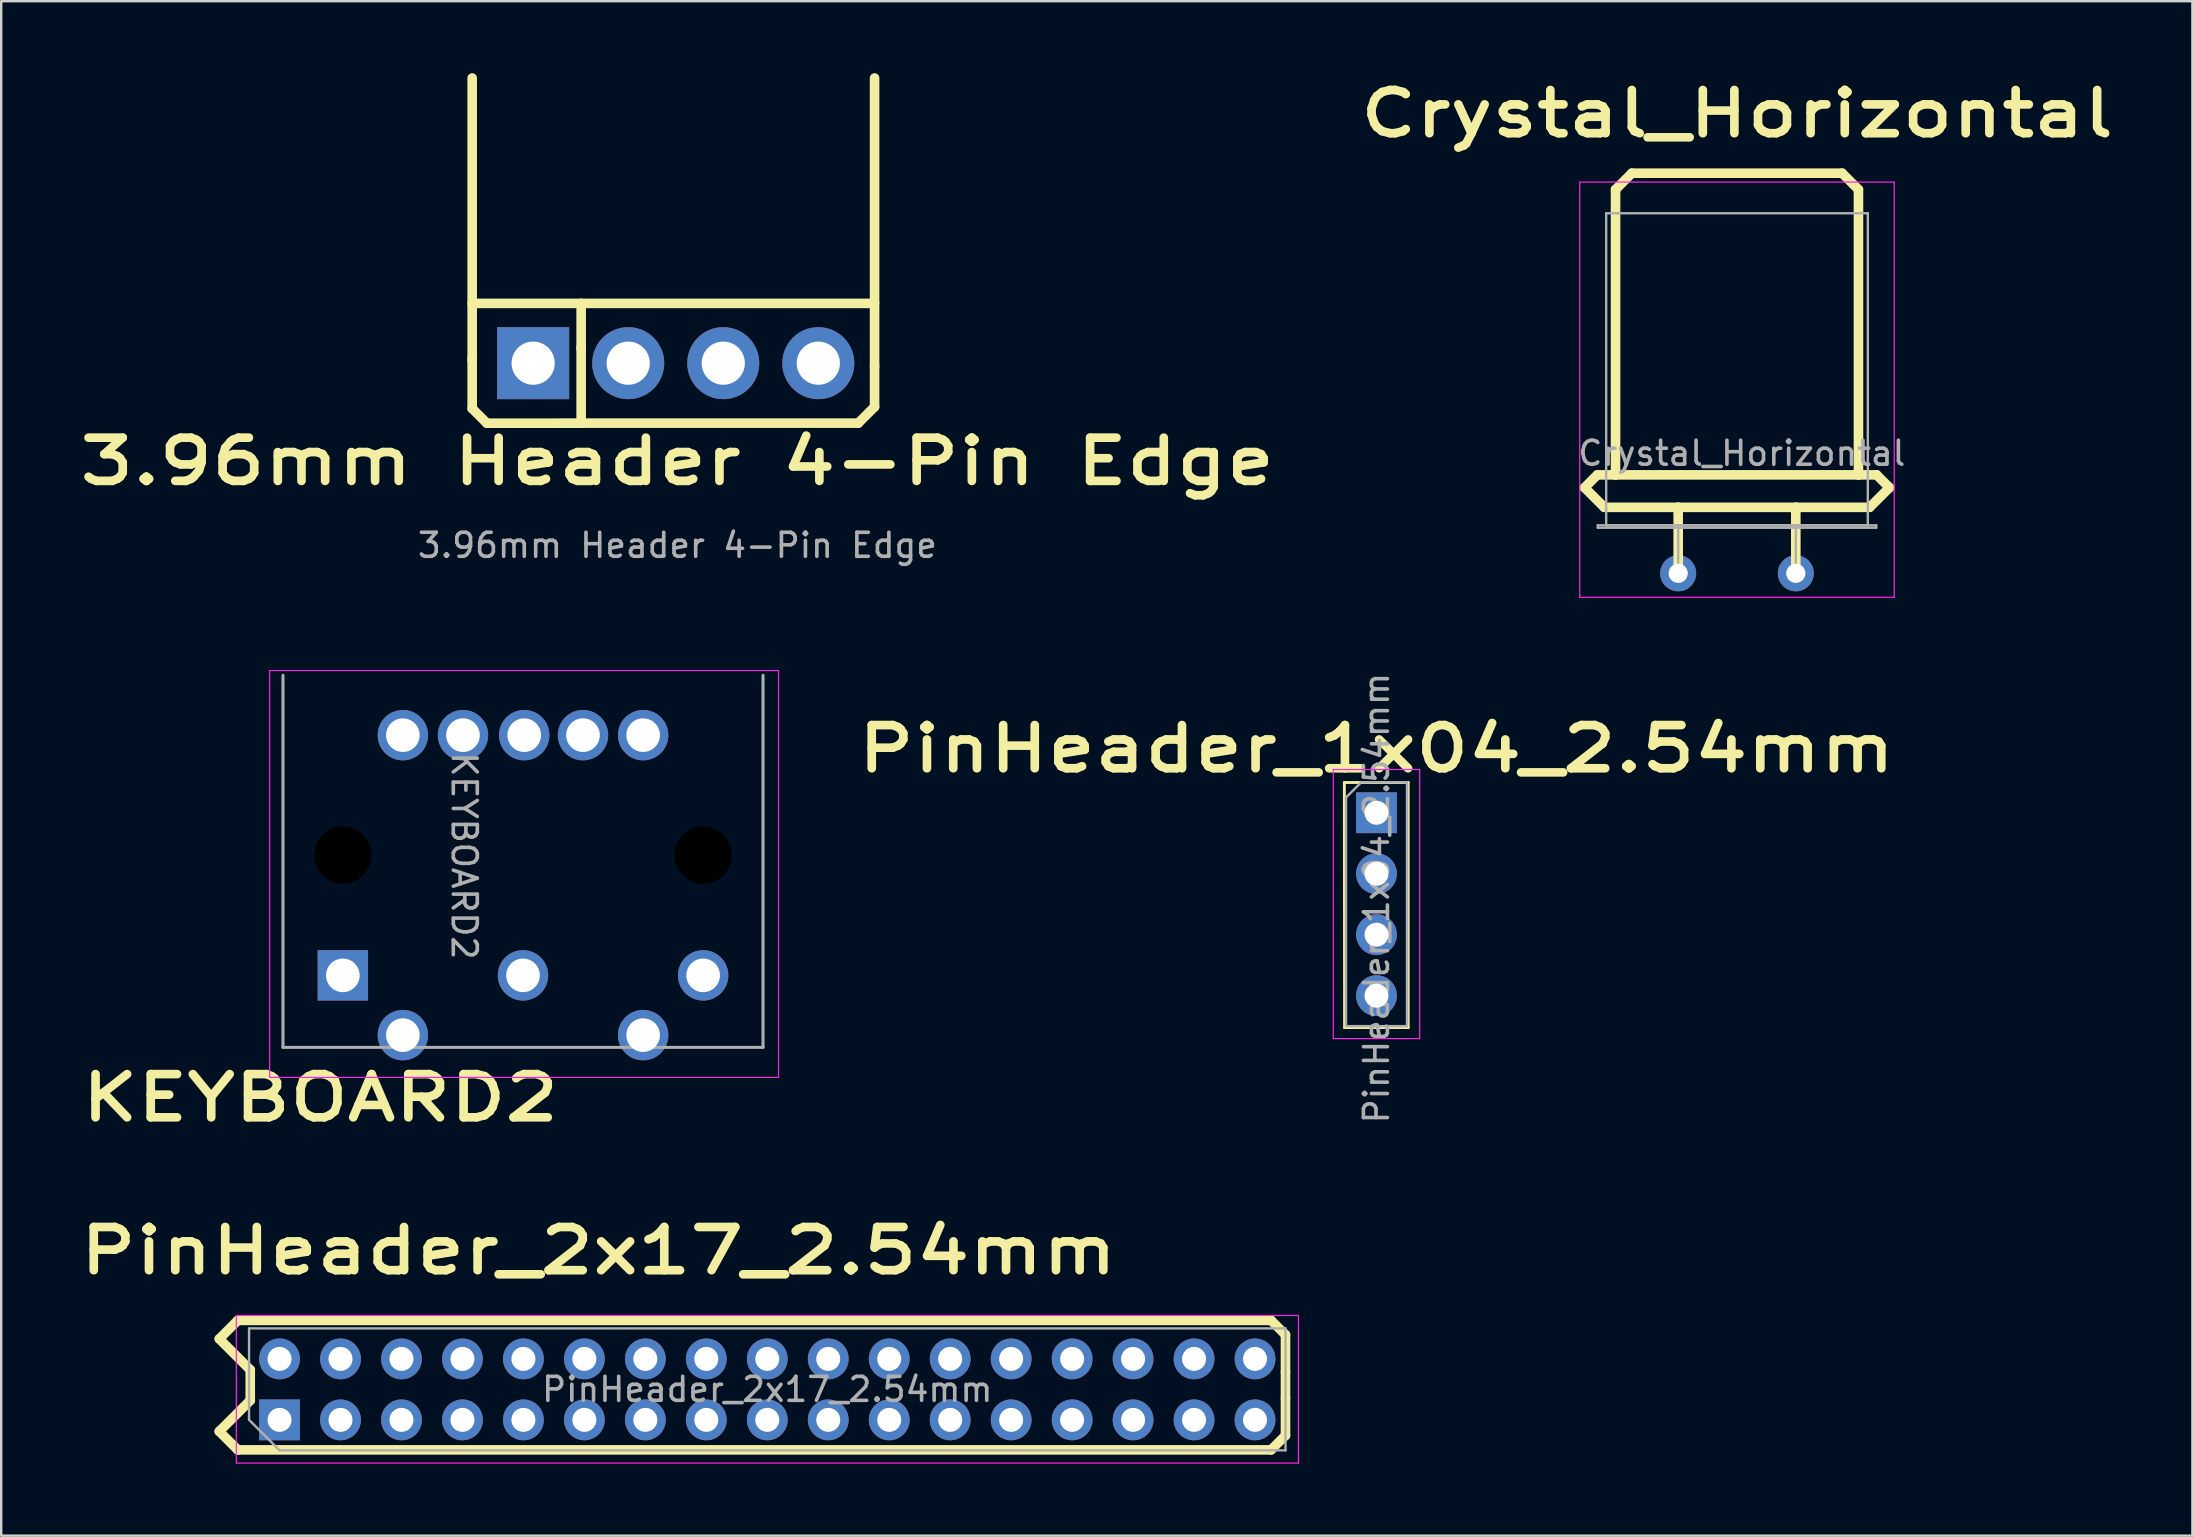
<source format=kicad_pcb>
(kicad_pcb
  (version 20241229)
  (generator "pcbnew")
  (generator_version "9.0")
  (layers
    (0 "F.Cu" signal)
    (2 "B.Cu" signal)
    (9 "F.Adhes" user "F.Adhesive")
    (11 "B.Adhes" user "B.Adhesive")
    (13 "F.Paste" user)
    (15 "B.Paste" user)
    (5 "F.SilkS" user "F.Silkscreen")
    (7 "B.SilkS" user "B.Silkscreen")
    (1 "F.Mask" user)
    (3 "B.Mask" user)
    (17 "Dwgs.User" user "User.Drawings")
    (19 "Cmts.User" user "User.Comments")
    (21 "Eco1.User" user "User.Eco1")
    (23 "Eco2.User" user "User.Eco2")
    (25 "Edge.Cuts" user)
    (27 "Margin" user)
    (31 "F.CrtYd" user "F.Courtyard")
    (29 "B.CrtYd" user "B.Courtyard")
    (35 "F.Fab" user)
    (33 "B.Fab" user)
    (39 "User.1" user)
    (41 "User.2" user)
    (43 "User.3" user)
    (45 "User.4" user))
  (footprint "Crystal_Horizontal"
    (layer "F.Cu")
    (at 66.866 20.795)
    (property "Reference" "Crystal_Horizontal" (at 2.45 -19.11 0) (layer "F.SilkS") (effects (font (size 1.8 2.3) (thickness 0.36) (bold yes))))
    (attr through_hole)
    (fp_line (start -3.9 -3.53) (end -3.37 -4.06) (stroke (width 0.4) (type default)) (layer "F.SilkS"))
    (fp_line (start -3.37 -4.06) (end -2.61 -4.06) (stroke (width 0.4) (type default)) (layer "F.SilkS"))
    (fp_line (start -3.08 -2.71) (end -3.9 -3.53) (stroke (width 0.4) (type default)) (layer "F.SilkS"))
    (fp_line (start -2.61 -15.95) (end -1.93 -16.63) (stroke (width 0.4) (type default)) (layer "F.SilkS"))
    (fp_line (start -2.61 -4.06) (end -2.61 -15.95) (stroke (width 0.4) (type default)) (layer "F.SilkS"))
    (fp_line (start -2.61 -4.06) (end 7.51 -4.06) (stroke (width 0.4) (type default)) (layer "F.SilkS"))
    (fp_line (start -1.93 -16.63) (end 6.83 -16.63) (stroke (width 0.4) (type default)) (layer "F.SilkS"))
    (fp_line (start 0 -2.71) (end -3.08 -2.71) (stroke (width 0.4) (type default)) (layer "F.SilkS"))
    (fp_line (start 0 -2.71) (end 4.9 -2.71) (stroke (width 0.4) (type default)) (layer "F.SilkS"))
    (fp_line (start 0 0.04) (end 0 -2.71) (stroke (width 0.4) (type default)) (layer "F.SilkS"))
    (fp_line (start 4.9 -2.71) (end 7.98 -2.71) (stroke (width 0.4) (type default)) (layer "F.SilkS"))
    (fp_line (start 4.9 0.04) (end 4.9 -2.71) (stroke (width 0.4) (type default)) (layer "F.SilkS"))
    (fp_line (start 7.51 -15.95) (end 6.83 -16.63) (stroke (width 0.4) (type default)) (layer "F.SilkS"))
    (fp_line (start 7.51 -4.06) (end 7.51 -15.95) (stroke (width 0.4) (type default)) (layer "F.SilkS"))
    (fp_line (start 7.98 -2.71) (end 8.8 -3.53) (stroke (width 0.4) (type default)) (layer "F.SilkS"))
    (fp_line (start 8.27 -4.06) (end 7.51 -4.06) (stroke (width 0.4) (type default)) (layer "F.SilkS"))
    (fp_line (start 8.8 -3.53) (end 8.27 -4.06) (stroke (width 0.4) (type default)) (layer "F.SilkS"))
    (fp_line (start -4.1 -16.26) (end -4.1 1.04) (stroke (width 0.05) (type solid)) (layer "F.CrtYd"))
    (fp_line (start -4.1 1.04) (end 9 1.04) (stroke (width 0.05) (type solid)) (layer "F.CrtYd"))
    (fp_line (start 9 -16.26) (end -4.1 -16.26) (stroke (width 0.05) (type solid)) (layer "F.CrtYd"))
    (fp_line (start 9 1.04) (end 9 -16.26) (stroke (width 0.05) (type solid)) (layer "F.CrtYd"))
    (fp_line (start -3.35 -1.96) (end 8.25 -1.96) (stroke (width 0.1) (type solid)) (layer "F.Fab"))
    (fp_line (start -3.35 -1.86) (end -3.35 -1.96) (stroke (width 0.1) (type solid)) (layer "F.Fab"))
    (fp_line (start -3 -14.96) (end -3 -1.96) (stroke (width 0.1) (type solid)) (layer "F.Fab"))
    (fp_line (start -3 -1.96) (end 7.9 -1.96) (stroke (width 0.1) (type solid)) (layer "F.Fab"))
    (fp_line (start 0 -1.96) (end 0 -0.96) (stroke (width 0.1) (type solid)) (layer "F.Fab"))
    (fp_line (start 0 -0.96) (end 0 0.04) (stroke (width 0.1) (type solid)) (layer "F.Fab"))
    (fp_line (start 4.9 -1.96) (end 4.9 -0.96) (stroke (width 0.1) (type solid)) (layer "F.Fab"))
    (fp_line (start 4.9 -0.96) (end 4.9 0.04) (stroke (width 0.1) (type solid)) (layer "F.Fab"))
    (fp_line (start 7.9 -14.96) (end -3 -14.96) (stroke (width 0.1) (type solid)) (layer "F.Fab"))
    (fp_line (start 7.9 -1.96) (end 7.9 -14.96) (stroke (width 0.1) (type solid)) (layer "F.Fab"))
    (fp_line (start 8.25 -1.96) (end 8.25 -1.86) (stroke (width 0.1) (type solid)) (layer "F.Fab"))
    (fp_line (start 8.25 -1.86) (end -3.35 -1.86) (stroke (width 0.1) (type solid)) (layer "F.Fab"))
    (fp_text user "${REFERENCE}" (at 2.65 -4.96 180) (layer "F.Fab") (effects (font (size 1 1) (thickness 0.15))))
    (pad "1" thru_hole circle (at 0 0.04 180) (size 1.5 1.5) (drill 0.8) (layers "*.Cu" "*.Mask"))
    (pad "2" thru_hole circle (at 4.9 0.04 270) (size 1.5 1.5) (drill 0.8) (layers "*.Cu" "*.Mask")))
  (footprint "PinHeader_1x04_2.54mm"
    (layer "F.Cu")
    (at 54.297 30.81)
    (property "Reference" "PinHeader_1x04_2.54mm" (at 0 -2.667 180) (layer "F.SilkS") (effects (font (size 1.8 2.3) (thickness 0.36) (bold yes))))
    (attr through_hole)
    (fp_line (start -1.34 -1.26) (end -1.33 8.95) (stroke (width 0.12) (type solid)) (layer "F.SilkS"))
    (fp_line (start -1.34 -1.26) (end 1.32 -1.26) (stroke (width 0.12) (type solid)) (layer "F.SilkS"))
    (fp_line (start -1.33 8.95) (end 1.32 8.95) (stroke (width 0.12) (type solid)) (layer "F.SilkS"))
    (fp_line (start 1.32 -1.26) (end 1.32 8.95) (stroke (width 0.12) (type solid)) (layer "F.SilkS"))
    (fp_line (start -1.8 -1.8) (end -1.8 9.41) (stroke (width 0.05) (type solid)) (layer "F.CrtYd"))
    (fp_line (start -1.8 9.41) (end 1.8 9.41) (stroke (width 0.05) (type solid)) (layer "F.CrtYd"))
    (fp_line (start 1.8 -1.8) (end -1.8 -1.8) (stroke (width 0.05) (type solid)) (layer "F.CrtYd"))
    (fp_line (start 1.8 9.41) (end 1.8 -1.8) (stroke (width 0.05) (type solid)) (layer "F.CrtYd"))
    (fp_line (start -1.27 -0.635) (end -0.635 -1.27) (stroke (width 0.1) (type solid)) (layer "F.Fab"))
    (fp_line (start -1.27 8.89) (end -1.27 -0.635) (stroke (width 0.1) (type solid)) (layer "F.Fab"))
    (fp_line (start -0.635 -1.27) (end 1.27 -1.27) (stroke (width 0.1) (type solid)) (layer "F.Fab"))
    (fp_line (start 1.27 -1.27) (end 1.27 8.89) (stroke (width 0.1) (type solid)) (layer "F.Fab"))
    (fp_line (start 1.27 8.89) (end -1.27 8.89) (stroke (width 0.1) (type solid)) (layer "F.Fab"))
    (fp_text user "${REFERENCE}" (at 0 3.556 270) (layer "F.Fab") (effects (font (size 1 1) (thickness 0.15))))
    (pad "1" thru_hole rect (at 0 0) (size 1.7 1.7) (drill 1) (layers "*.Cu" "*.Mask"))
    (pad "2" thru_hole oval (at 0 2.54) (size 1.7 1.7) (drill 1) (layers "*.Cu" "*.Mask"))
    (pad "3" thru_hole oval (at 0 5.08) (size 1.7 1.7) (drill 1) (layers "*.Cu" "*.Mask"))
    (pad "4" thru_hole oval (at 0 7.62) (size 1.7 1.7) (drill 1) (layers "*.Cu" "*.Mask")))
  (footprint "KEYBOARD2"
    (layer "F.Cu")
    (at 11.234 37.585)
    (property "Reference" "KEYBOARD2" (at 9.21 5.1 180) (layer "F.SilkS") (effects (font (size 1.8 2.3) (thickness 0.36) (bold yes)) (justify right)))
    (attr through_hole)
    (fp_circle (center 0 -5.01) (end 0 -4.285) (stroke (width 1.449) (type solid)) (fill no) (layer "F.Mask"))
    (fp_circle (center 15.01 -5.01) (end 15.01 -4.285) (stroke (width 1.449) (type solid)) (fill no) (layer "F.Mask"))
    (fp_circle (center 0 -5.01) (end 0 -4.285) (stroke (width 1.449) (type solid)) (fill no) (layer "B.Mask"))
    (fp_circle (center 15.01 -5.01) (end 15.01 -4.285) (stroke (width 1.449) (type solid)) (fill no) (layer "B.Mask"))
    (fp_rect (start -3.048 -12.7) (end 18.152 4.25) (stroke (width 0.05) (type default)) (fill no) (layer "F.CrtYd"))
    (fp_line (start -2.495 3) (end -2.495 -12.5) (stroke (width 0.127) (type solid)) (layer "F.Fab"))
    (fp_line (start 17.505 -12.5) (end 17.505 3) (stroke (width 0.127) (type solid)) (layer "F.Fab"))
    (fp_line (start 17.505 3) (end -2.495 3) (stroke (width 0.127) (type solid)) (layer "F.Fab"))
    (fp_text user "${REFERENCE}" (at 5.056 -4.978 270) (unlocked yes) (layer "F.Fab") (effects (font (size 1 1) (thickness 0.15))))
    (pad "" np_thru_hole circle (at 0 -5.01 270) (size 2.39 2.39) (drill 2.39) (layers "*.Mask"))
    (pad "" np_thru_hole circle (at 15.01 -5.01 270) (size 2.39 2.39) (drill 2.39) (layers "*.Mask"))
    (pad "1" thru_hole rect (at 0 0 270) (size 2.1 2.1) (drill 1.4) (layers "*.Cu" "*.Mask"))
    (pad "2" thru_hole circle (at 7.505 0 270) (size 2.1 2.1) (drill 1.4) (layers "*.Cu" "*.Mask"))
    (pad "3" thru_hole circle (at 15.01 0 270) (size 2.1 2.1) (drill 1.4) (layers "*.Cu" "*.Mask"))
    (pad "4" thru_hole circle (at 2.5 2.49 270) (size 2.1 2.1) (drill 1.4) (layers "*.Cu" "*.Mask"))
    (pad "5" thru_hole circle (at 12.51 2.49 270) (size 2.1 2.1) (drill 1.4) (layers "*.Cu" "*.Mask"))
    (pad "6" thru_hole circle (at 2.5 -10.007 270) (size 2.1 2.1) (drill 1.4) (layers "*.Cu" "*.Mask"))
    (pad "7" thru_hole circle (at 5.005 -10.007 270) (size 2.1 2.1) (drill 1.4) (layers "*.Cu" "*.Mask"))
    (pad "8" thru_hole circle (at 7.556 -10.007 270) (size 2.1 2.1) (drill 1.4) (layers "*.Cu" "*.Mask"))
    (pad "9" thru_hole circle (at 10.005 -10.007 270) (size 2.1 2.1) (drill 1.4) (layers "*.Cu" "*.Mask"))
    (pad "9" thru_hole circle (at 12.51 -10.007 270) (size 2.1 2.1) (drill 1.4) (layers "*.Cu" "*.Mask")))
  (footprint "PinHeader_2x17_2.54mm"
    (layer "F.Cu")
    (at 8.506 56.114)
    (property "Reference" "PinHeader_2x17_2.54mm" (at 13.38 -7.06 0) (layer "F.SilkS") (effects (font (size 1.8 2.3) (thickness 0.36) (bold yes))))
    (attr through_hole)
    (fp_line (start -2.42 -3.385) (end -1.13 -2.095) (stroke (width 0.4) (type default)) (layer "F.SilkS"))
    (fp_line (start -2.42 0.47) (end -1.13 -0.82) (stroke (width 0.4) (type default)) (layer "F.SilkS"))
    (fp_line (start -1.65 -4.155) (end -2.42 -3.385) (stroke (width 0.4) (type default)) (layer "F.SilkS"))
    (fp_line (start -1.65 1.24) (end -2.42 0.47) (stroke (width 0.4) (type default)) (layer "F.SilkS"))
    (fp_line (start -1.13 -0.82) (end -1.13 -2.095) (stroke (width 0.4) (type default)) (layer "F.SilkS"))
    (fp_line (start 41.4 -4.155) (end -1.65 -4.155) (stroke (width 0.4) (type default)) (layer "F.SilkS"))
    (fp_line (start 41.4 1.24) (end -1.65 1.24) (stroke (width 0.4) (type default)) (layer "F.SilkS"))
    (fp_line (start 42 -3.555) (end 41.4 -4.155) (stroke (width 0.4) (type default)) (layer "F.SilkS"))
    (fp_line (start 42 -2.005) (end 42 -3.555) (stroke (width 0.4) (type default)) (layer "F.SilkS"))
    (fp_line (start 42 -2.005) (end 42 -0.91) (stroke (width 0.4) (type default)) (layer "F.SilkS"))
    (fp_line (start 42 -0.91) (end 42 0.64) (stroke (width 0.4) (type default)) (layer "F.SilkS"))
    (fp_line (start 42 0.64) (end 41.4 1.24) (stroke (width 0.4) (type default)) (layer "F.SilkS"))
    (fp_line (start -1.71 -4.36) (end -1.71 1.79) (stroke (width 0.05) (type solid)) (layer "F.CrtYd"))
    (fp_line (start -1.71 1.79) (end 42.54 1.79) (stroke (width 0.05) (type solid)) (layer "F.CrtYd"))
    (fp_line (start 42.54 -4.36) (end -1.71 -4.36) (stroke (width 0.05) (type solid)) (layer "F.CrtYd"))
    (fp_line (start 42.54 1.79) (end 42.54 -4.36) (stroke (width 0.05) (type solid)) (layer "F.CrtYd"))
    (fp_line (start -1.18 -3.82) (end 42 -3.82) (stroke (width 0.1) (type solid)) (layer "F.Fab"))
    (fp_line (start -1.18 -0.01) (end -1.18 -3.82) (stroke (width 0.1) (type solid)) (layer "F.Fab"))
    (fp_line (start 0.09 1.26) (end -1.18 -0.01) (stroke (width 0.1) (type solid)) (layer "F.Fab"))
    (fp_line (start 42 -3.82) (end 42 1.26) (stroke (width 0.1) (type solid)) (layer "F.Fab"))
    (fp_line (start 42 1.26) (end 0.09 1.26) (stroke (width 0.1) (type solid)) (layer "F.Fab"))
    (fp_text user "${REFERENCE}" (at 20.41 -1.28 0) (layer "F.Fab") (effects (font (size 1 1) (thickness 0.15))))
    (pad "1" thru_hole rect (at 0.09 -0.01 90) (size 1.7 1.7) (drill 1) (layers "*.Cu" "*.Mask"))
    (pad "2" thru_hole oval (at 0.09 -2.55 90) (size 1.7 1.7) (drill 1) (layers "*.Cu" "*.Mask"))
    (pad "3" thru_hole oval (at 2.63 -0.01 90) (size 1.7 1.7) (drill 1) (layers "*.Cu" "*.Mask"))
    (pad "4" thru_hole oval (at 2.63 -2.55 90) (size 1.7 1.7) (drill 1) (layers "*.Cu" "*.Mask"))
    (pad "5" thru_hole oval (at 5.17 -0.01 90) (size 1.7 1.7) (drill 1) (layers "*.Cu" "*.Mask"))
    (pad "6" thru_hole oval (at 5.17 -2.55 90) (size 1.7 1.7) (drill 1) (layers "*.Cu" "*.Mask"))
    (pad "7" thru_hole oval (at 7.71 -0.01 90) (size 1.7 1.7) (drill 1) (layers "*.Cu" "*.Mask"))
    (pad "8" thru_hole oval (at 7.71 -2.55 90) (size 1.7 1.7) (drill 1) (layers "*.Cu" "*.Mask"))
    (pad "9" thru_hole oval (at 10.25 -0.01 90) (size 1.7 1.7) (drill 1) (layers "*.Cu" "*.Mask"))
    (pad "10" thru_hole oval (at 10.25 -2.55 90) (size 1.7 1.7) (drill 1) (layers "*.Cu" "*.Mask"))
    (pad "11" thru_hole oval (at 12.79 -0.01 90) (size 1.7 1.7) (drill 1) (layers "*.Cu" "*.Mask"))
    (pad "12" thru_hole oval (at 12.79 -2.55 90) (size 1.7 1.7) (drill 1) (layers "*.Cu" "*.Mask"))
    (pad "13" thru_hole oval (at 15.33 -0.01 90) (size 1.7 1.7) (drill 1) (layers "*.Cu" "*.Mask"))
    (pad "14" thru_hole oval (at 15.33 -2.55 90) (size 1.7 1.7) (drill 1) (layers "*.Cu" "*.Mask"))
    (pad "15" thru_hole oval (at 17.87 -0.01 90) (size 1.7 1.7) (drill 1) (layers "*.Cu" "*.Mask"))
    (pad "16" thru_hole oval (at 17.87 -2.55 90) (size 1.7 1.7) (drill 1) (layers "*.Cu" "*.Mask"))
    (pad "17" thru_hole oval (at 20.41 -0.01 90) (size 1.7 1.7) (drill 1) (layers "*.Cu" "*.Mask"))
    (pad "18" thru_hole oval (at 20.41 -2.55 90) (size 1.7 1.7) (drill 1) (layers "*.Cu" "*.Mask"))
    (pad "19" thru_hole oval (at 22.95 -0.01 90) (size 1.7 1.7) (drill 1) (layers "*.Cu" "*.Mask"))
    (pad "20" thru_hole oval (at 22.95 -2.55 90) (size 1.7 1.7) (drill 1) (layers "*.Cu" "*.Mask"))
    (pad "21" thru_hole oval (at 25.49 -0.01 90) (size 1.7 1.7) (drill 1) (layers "*.Cu" "*.Mask"))
    (pad "22" thru_hole oval (at 25.49 -2.55 90) (size 1.7 1.7) (drill 1) (layers "*.Cu" "*.Mask"))
    (pad "23" thru_hole oval (at 28.03 -0.01 90) (size 1.7 1.7) (drill 1) (layers "*.Cu" "*.Mask"))
    (pad "24" thru_hole oval (at 28.03 -2.55 90) (size 1.7 1.7) (drill 1) (layers "*.Cu" "*.Mask"))
    (pad "25" thru_hole oval (at 30.57 -0.01 90) (size 1.7 1.7) (drill 1) (layers "*.Cu" "*.Mask"))
    (pad "26" thru_hole oval (at 30.57 -2.55 90) (size 1.7 1.7) (drill 1) (layers "*.Cu" "*.Mask"))
    (pad "27" thru_hole oval (at 33.11 -0.01 90) (size 1.7 1.7) (drill 1) (layers "*.Cu" "*.Mask"))
    (pad "28" thru_hole oval (at 33.11 -2.55 90) (size 1.7 1.7) (drill 1) (layers "*.Cu" "*.Mask"))
    (pad "29" thru_hole oval (at 35.65 -0.01 90) (size 1.7 1.7) (drill 1) (layers "*.Cu" "*.Mask"))
    (pad "30" thru_hole oval (at 35.65 -2.55 90) (size 1.7 1.7) (drill 1) (layers "*.Cu" "*.Mask"))
    (pad "31" thru_hole oval (at 38.19 -0.01 90) (size 1.7 1.7) (drill 1) (layers "*.Cu" "*.Mask"))
    (pad "32" thru_hole oval (at 38.19 -2.55 90) (size 1.7 1.7) (drill 1) (layers "*.Cu" "*.Mask"))
    (pad "33" thru_hole oval (at 40.73 -0.01 90) (size 1.7 1.7) (drill 1) (layers "*.Cu" "*.Mask"))
    (pad "34" thru_hole oval (at 40.73 -2.55 90) (size 1.7 1.7) (drill 1) (layers "*.Cu" "*.Mask")))
  (footprint "3.96mm Header 4-Pin Edge"
    (layer "F.Cu")
    (at 19.162 12.08)
    (property "Reference" "3.96mm Header 4-Pin Edge" (at 6.01 4.09 0) (unlocked yes) (layer "F.SilkS") (effects (font (size 1.8 2.3) (thickness 0.36) (bold yes))))
    (attr through_hole)
    (fp_line (start -2.54 -11.88) (end -2.54 -0.11) (stroke (width 0.4) (type default)) (layer "F.SilkS"))
    (fp_line (start -2.54 1.89) (end -2.54 -0.2) (stroke (width 0.4) (type default)) (layer "F.SilkS"))
    (fp_line (start -1.93 2.5) (end -2.54 1.89) (stroke (width 0.4) (type default)) (layer "F.SilkS"))
    (fp_line (start 2 -2.49) (end 2 -0.61) (stroke (width 0.4) (type default)) (layer "F.SilkS"))
    (fp_line (start 2 2.5) (end 2 -0.68) (stroke (width 0.4) (type default)) (layer "F.SilkS"))
    (fp_line (start 13.544 2.499) (end -1.93 2.5) (stroke (width 0.4) (type default)) (layer "F.SilkS"))
    (fp_line (start 14.224 -2.49) (end -2.54 -2.49) (stroke (width 0.4) (type default)) (layer "F.SilkS"))
    (fp_line (start 14.224 0.127) (end 14.224 -11.88) (stroke (width 0.4) (type default)) (layer "F.SilkS"))
    (fp_line (start 14.224 0.127) (end 14.224 1.819) (stroke (width 0.4) (type default)) (layer "F.SilkS"))
    (fp_line (start 14.224 1.819) (end 13.544 2.499) (stroke (width 0.4) (type default)) (layer "F.SilkS"))
    (fp_text user "${REFERENCE}" (at 6.01 7.59 0) (unlocked yes) (layer "F.Fab") (effects (font (size 1 1) (thickness 0.15))))
    (pad "1" thru_hole rect (at 0 0 90) (size 3 3) (drill 1.8) (layers "*.Cu" "*.Mask"))
    (pad "2" thru_hole circle (at 3.96 0 90) (size 3 3) (drill 1.8) (layers "*.Cu" "*.Mask"))
    (pad "3" thru_hole circle (at 7.92 0 90) (size 3 3) (drill 1.8) (layers "*.Cu" "*.Mask"))
    (pad "4" thru_hole circle (at 11.88 0 90) (size 3 3) (drill 1.8) (layers "*.Cu" "*.Mask")))
  (gr_rect
    (start -3 -3)
    (end 88.288 60.929)
    (stroke (width 0.1) (type default))
    (fill no)
    (layer "Edge.Cuts")))
</source>
